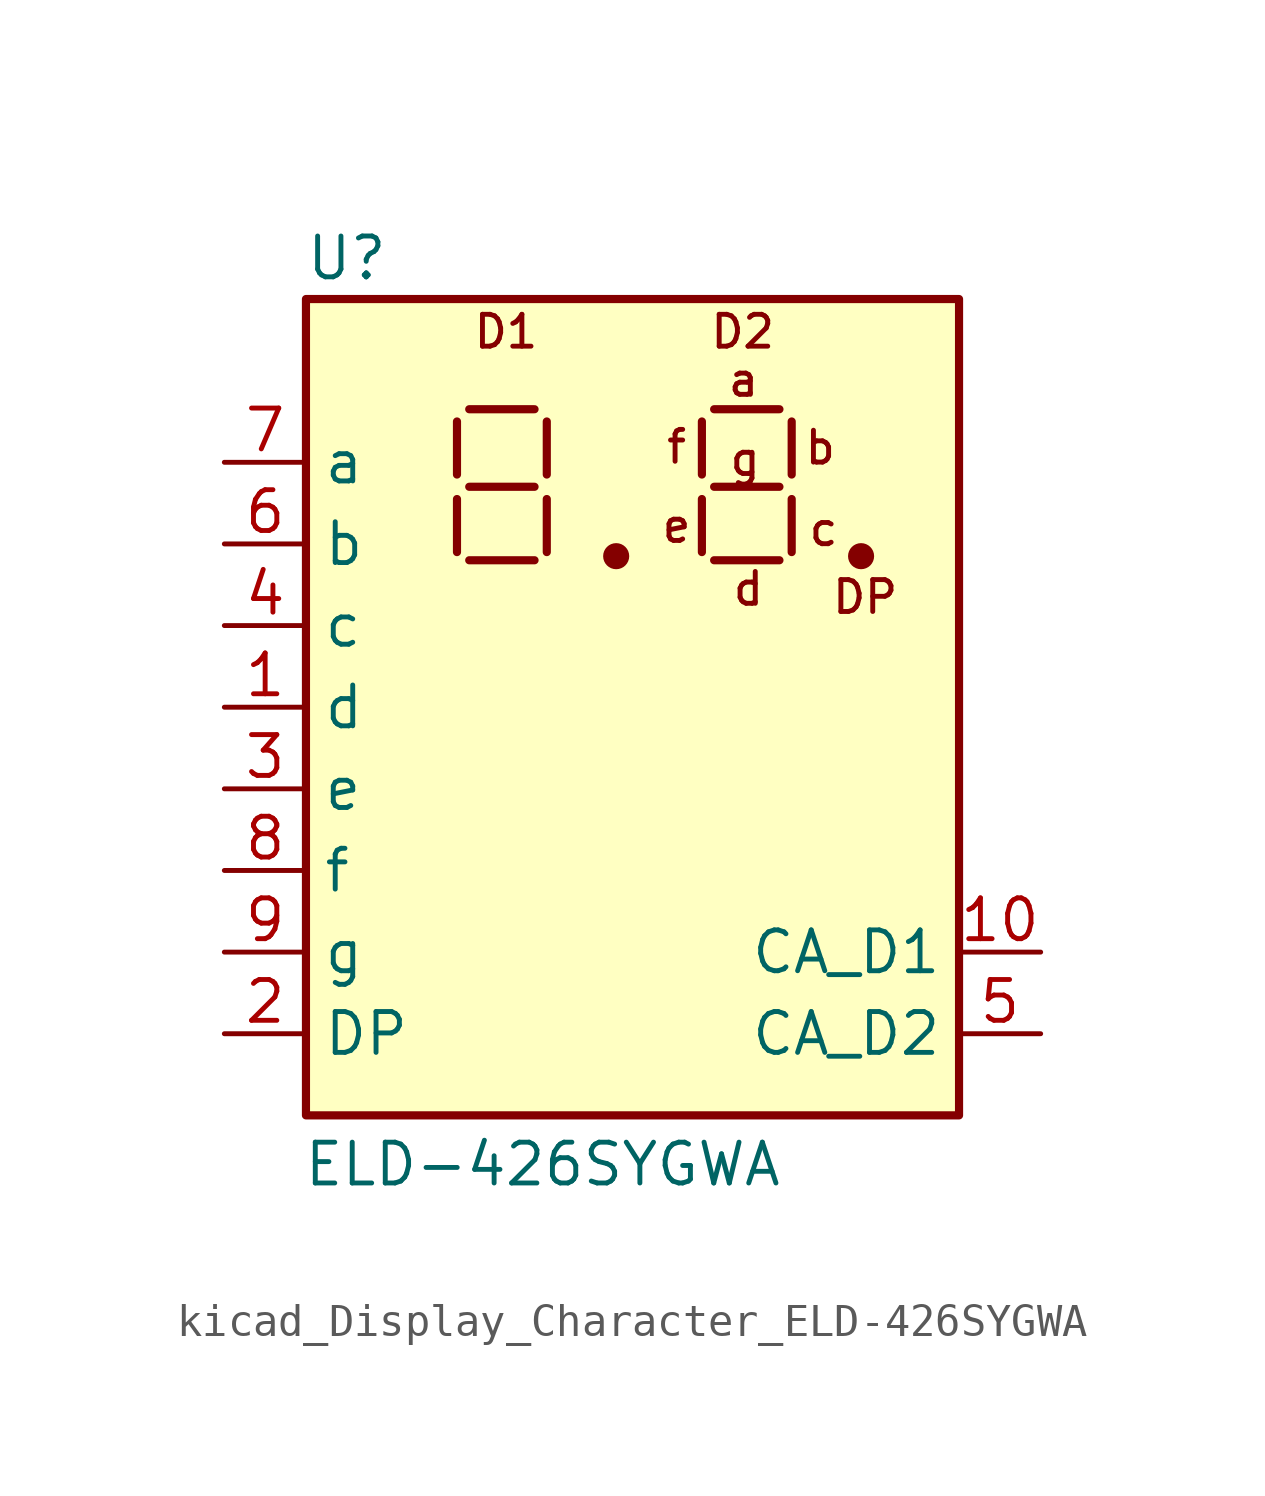
<source format=kicad_sym>
(kicad_symbol_lib
  (version 20220914)
  (generator kicad_symbol_editor)
  (symbol "kicad_Display_Character_ELD-426SYGWA"
    (property "Reference" "U"
      (at -8.89 13.97 0)
      (effects (font (size 1.27 1.27))))
    (property "Value" "ELD-426SYGWA"
      (at -2.794 -14.224 0)
      (effects (font (size 1.27 1.27))))
    (symbol "kicad_Display_Character_ELD-426SYGWA_0_0"
      (text "a" (at 3.454 10.185 0) (effects (font (size 0.991 0.991))))
      (text "b" (at 5.842 8.077 0) (effects (font (size 0.991 0.991))))
      (text "c" (at 5.944 5.537 0) (effects (font (size 0.991 0.991))))
      (text "d" (at 3.607 3.683 0) (effects (font (size 0.991 0.991))))
      (text "D1" (at -3.937 11.684 0) (effects (font (size 0.991 0.991))))
      (text "D2" (at 3.429 11.684 0) (effects (font (size 0.991 0.991))))
      (text "DP" (at 7.239 3.429 0) (effects (font (size 0.991 0.991))))
      (text "e" (at 1.372 5.639 0) (effects (font (size 0.991 0.991))))
      (text "f" (at 1.372 8.103 0) (effects (font (size 0.991 0.991))))
      (text "g" (at 3.505 7.722 0) (effects (font (size 0.991 0.991)))))
    (symbol "kicad_Display_Character_ELD-426SYGWA_0_1"
      (rectangle (start -10.16 12.7) (end 10.16 -12.7) (stroke (width 0.254) (type default)) (fill (type background)))
      (circle (center -0.508 4.699) (radius 0.279) (stroke (width 0.254) (type default)) (fill (type outline)))
      (polyline (pts (xy -5.461 4.826) (xy -5.461 6.477)) (stroke (width 0.254) (type default)) (fill (type none)))
      (polyline (pts (xy -5.461 7.239) (xy -5.461 8.89)) (stroke (width 0.254) (type default)) (fill (type none)))
      (polyline (pts (xy -5.08 4.572) (xy -3.048 4.572)) (stroke (width 0.254) (type default)) (fill (type none)))
      (polyline (pts (xy -5.08 6.858) (xy -3.048 6.858)) (stroke (width 0.254) (type default)) (fill (type none)))
      (polyline (pts (xy -5.08 9.271) (xy -3.048 9.271)) (stroke (width 0.254) (type default)) (fill (type none)))
      (polyline (pts (xy -2.667 4.826) (xy -2.667 6.477)) (stroke (width 0.254) (type default)) (fill (type none)))
      (polyline (pts (xy -2.667 7.239) (xy -2.667 8.89)) (stroke (width 0.254) (type default)) (fill (type none)))
      (polyline (pts (xy 2.159 4.826) (xy 2.159 6.477)) (stroke (width 0.254) (type default)) (fill (type none)))
      (polyline (pts (xy 2.159 7.239) (xy 2.159 8.89)) (stroke (width 0.254) (type default)) (fill (type none)))
      (polyline (pts (xy 2.54 4.572) (xy 4.572 4.572)) (stroke (width 0.254) (type default)) (fill (type none)))
      (polyline (pts (xy 2.54 6.858) (xy 4.572 6.858)) (stroke (width 0.254) (type default)) (fill (type none)))
      (polyline (pts (xy 2.54 9.271) (xy 4.572 9.271)) (stroke (width 0.254) (type default)) (fill (type none)))
      (polyline (pts (xy 4.953 4.826) (xy 4.953 6.477)) (stroke (width 0.254) (type default)) (fill (type none)))
      (polyline (pts (xy 4.953 7.239) (xy 4.953 8.89)) (stroke (width 0.254) (type default)) (fill (type none)))
      (circle (center 7.112 4.699) (radius 0.279) (stroke (width 0.254) (type default)) (fill (type outline))))
    (symbol "kicad_Display_Character_ELD-426SYGWA_1_1"
      (pin input line (at -12.7 0 0) (length 2.54) (name "d" (effects (font (size 1.27 1.27)))) (number "1" (effects (font (size 1.27 1.27)))))
      (pin input line (at 12.7 -7.62 180) (length 2.54) (name "CA_D1" (effects (font (size 1.27 1.27)))) (number "10" (effects (font (size 1.27 1.27)))))
      (pin input line (at -12.7 -10.16 0) (length 2.54) (name "DP" (effects (font (size 1.27 1.27)))) (number "2" (effects (font (size 1.27 1.27)))))
      (pin input line (at -12.7 -2.54 0) (length 2.54) (name "e" (effects (font (size 1.27 1.27)))) (number "3" (effects (font (size 1.27 1.27)))))
      (pin input line (at -12.7 2.54 0) (length 2.54) (name "c" (effects (font (size 1.27 1.27)))) (number "4" (effects (font (size 1.27 1.27)))))
      (pin input line (at 12.7 -10.16 180) (length 2.54) (name "CA_D2" (effects (font (size 1.27 1.27)))) (number "5" (effects (font (size 1.27 1.27)))))
      (pin input line (at -12.7 5.08 0) (length 2.54) (name "b" (effects (font (size 1.27 1.27)))) (number "6" (effects (font (size 1.27 1.27)))))
      (pin input line (at -12.7 7.62 0) (length 2.54) (name "a" (effects (font (size 1.27 1.27)))) (number "7" (effects (font (size 1.27 1.27)))))
      (pin input line (at -12.7 -5.08 0) (length 2.54) (name "f" (effects (font (size 1.27 1.27)))) (number "8" (effects (font (size 1.27 1.27)))))
      (pin input line (at -12.7 -7.62 0) (length 2.54) (name "g" (effects (font (size 1.27 1.27)))) (number "9" (effects (font (size 1.27 1.27))))))))
</source>
